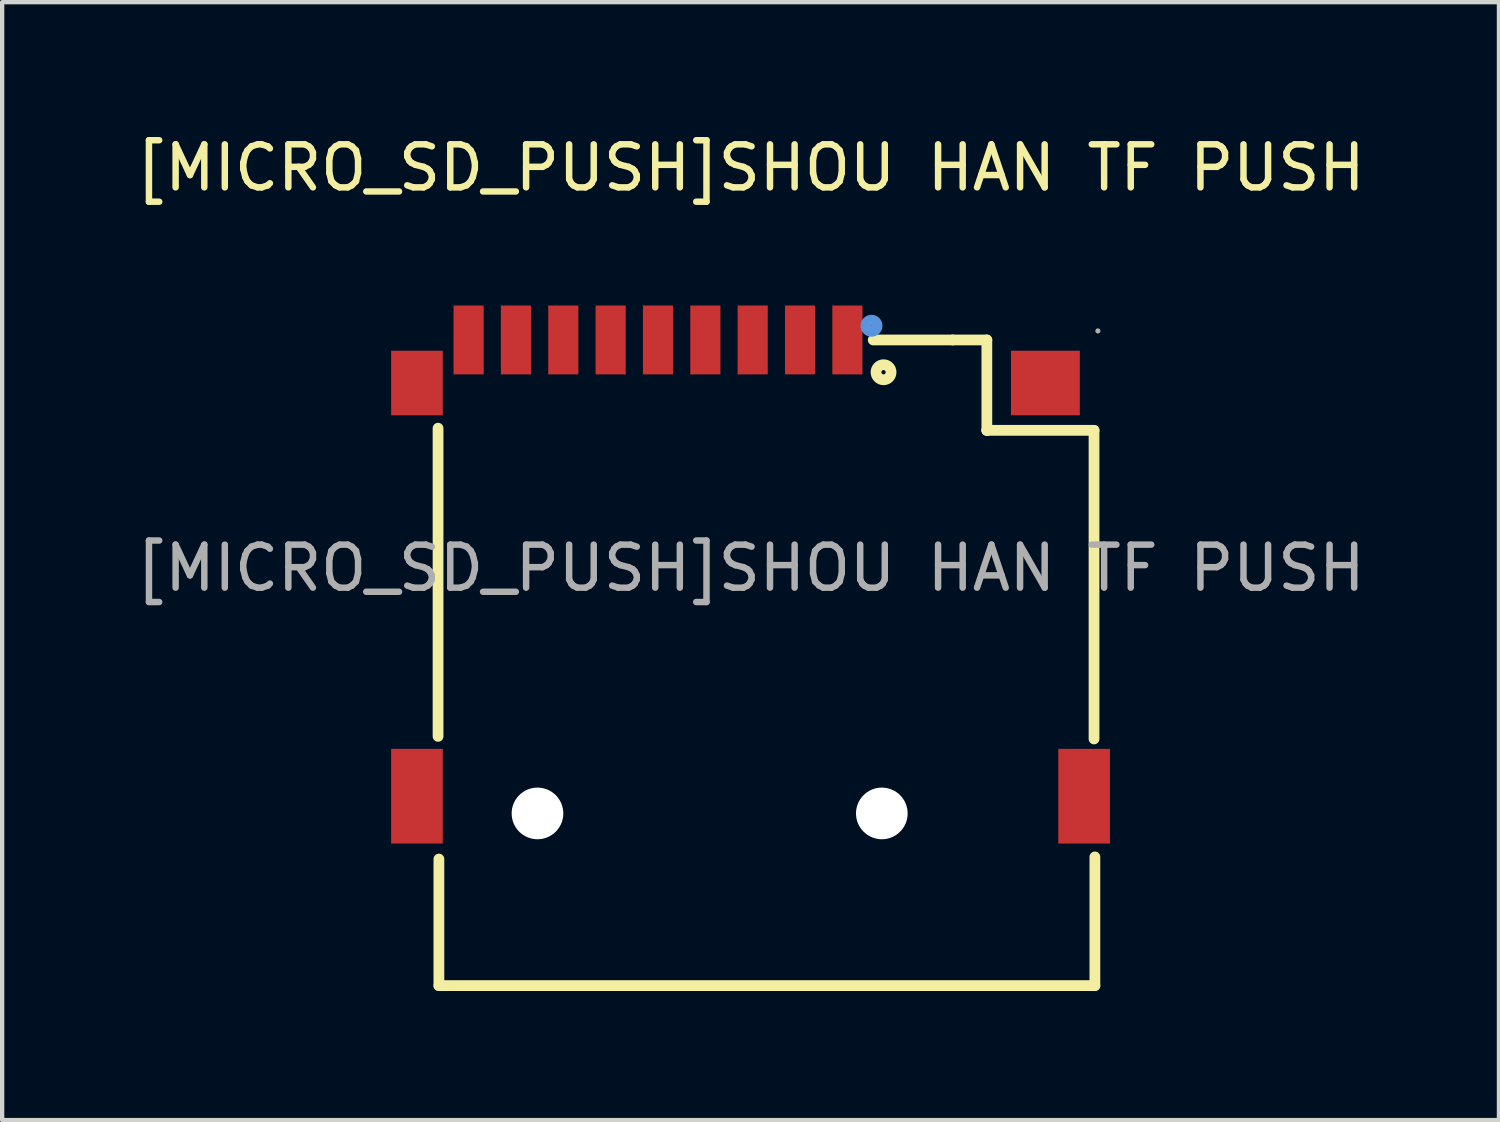
<source format=kicad_pcb>
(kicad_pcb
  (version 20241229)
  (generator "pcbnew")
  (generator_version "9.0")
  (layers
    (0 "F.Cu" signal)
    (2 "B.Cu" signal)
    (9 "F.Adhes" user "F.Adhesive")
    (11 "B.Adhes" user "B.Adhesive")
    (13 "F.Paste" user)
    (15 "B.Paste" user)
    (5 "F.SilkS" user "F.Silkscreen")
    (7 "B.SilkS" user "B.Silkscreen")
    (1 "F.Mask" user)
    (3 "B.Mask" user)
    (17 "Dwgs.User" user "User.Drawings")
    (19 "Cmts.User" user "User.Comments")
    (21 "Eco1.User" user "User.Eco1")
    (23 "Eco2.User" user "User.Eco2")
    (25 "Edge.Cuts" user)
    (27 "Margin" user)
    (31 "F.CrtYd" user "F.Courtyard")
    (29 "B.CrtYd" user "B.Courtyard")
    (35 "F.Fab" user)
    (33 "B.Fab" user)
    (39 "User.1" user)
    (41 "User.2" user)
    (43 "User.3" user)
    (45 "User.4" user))
  (footprint "[MICRO_SD_PUSH]SHOU HAN TF PUSH"
    (layer "F.Cu")
    (at 14.387 10.148)
    (property "Reference" "[MICRO_SD_PUSH]SHOU HAN TF PUSH" (at 0 -9.3 0) (layer "F.SilkS") (effects (font (size 1 1) (thickness 0.15))))
    (attr smd)
    (fp_line (start -7.26 -3.25) (end -7.26 3.91) (stroke (width 0.25) (type solid)) (layer "F.SilkS"))
    (fp_line (start -7.24 9.7) (end -7.24 6.76) (stroke (width 0.25) (type solid)) (layer "F.SilkS"))
    (fp_line (start -7.24 9.7) (end 8 9.7) (stroke (width 0.25) (type solid)) (layer "F.SilkS"))
    (fp_line (start 4.7 -5.3) (end 2.85 -5.3) (stroke (width 0.25) (type solid)) (layer "F.SilkS"))
    (fp_line (start 4.7 -5.3) (end 5.49 -5.3) (stroke (width 0.25) (type solid)) (layer "F.SilkS"))
    (fp_line (start 5.49 -5.3) (end 5.49 -3.2) (stroke (width 0.25) (type solid)) (layer "F.SilkS"))
    (fp_line (start 5.49 -3.2) (end 5.5 -3.2) (stroke (width 0.25) (type solid)) (layer "F.SilkS"))
    (fp_line (start 7.98 -3.2) (end 5.49 -3.2) (stroke (width 0.25) (type solid)) (layer "F.SilkS"))
    (fp_line (start 7.98 3.97) (end 7.98 -3.2) (stroke (width 0.25) (type solid)) (layer "F.SilkS"))
    (fp_line (start 8 9.7) (end 8 6.71) (stroke (width 0.25) (type solid)) (layer "F.SilkS"))
    (fp_circle (center 3.09 -4.55) (end 3.14 -4.55) (stroke (width 0.25) (type solid)) (fill no) (layer "F.SilkS"))
    (fp_circle (center -4.95 5.7) (end -4.75 5.7) (stroke (width 0.4) (type solid)) (fill no) (layer "Cmts.User"))
    (fp_circle (center 2.81 -5.63) (end 2.94 -5.63) (stroke (width 0.25) (type solid)) (fill no) (layer "Cmts.User"))
    (fp_circle (center 3.05 5.7) (end 3.25 5.7) (stroke (width 0.4) (type solid)) (fill no) (layer "Cmts.User"))
    (fp_circle (center 8.07 -5.51) (end 8.1 -5.51) (stroke (width 0.06) (type solid)) (fill no) (layer "F.Fab"))
    (fp_text user "${REFERENCE}" (at 0 0 0) (layer "F.Fab") (effects (font (size 1 1) (thickness 0.15))))
    (pad "" np_thru_hole circle (at -4.95 5.7) (size 1.2 1.2) (drill 1.2) (layers "*.Cu" "*.Mask"))
    (pad "" np_thru_hole circle (at 3.05 5.7) (size 1.2 1.2) (drill 1.2) (layers "*.Cu" "*.Mask"))
    (pad "1" smd rect (at 2.25 -5.3) (size 0.7 1.6) (layers "F.Cu" "F.Mask" "F.Paste"))
    (pad "2" smd rect (at 1.15 -5.3) (size 0.7 1.6) (layers "F.Cu" "F.Mask" "F.Paste"))
    (pad "3" smd rect (at 0.05 -5.3) (size 0.7 1.6) (layers "F.Cu" "F.Mask" "F.Paste"))
    (pad "4" smd rect (at -1.05 -5.3) (size 0.7 1.6) (layers "F.Cu" "F.Mask" "F.Paste"))
    (pad "5" smd rect (at -2.15 -5.3) (size 0.7 1.6) (layers "F.Cu" "F.Mask" "F.Paste"))
    (pad "6" smd rect (at -3.25 -5.3) (size 0.7 1.6) (layers "F.Cu" "F.Mask" "F.Paste"))
    (pad "7" smd rect (at -4.35 -5.3) (size 0.7 1.6) (layers "F.Cu" "F.Mask" "F.Paste"))
    (pad "8" smd rect (at -5.45 -5.3) (size 0.7 1.6) (layers "F.Cu" "F.Mask" "F.Paste"))
    (pad "10" smd rect (at -7.75 -4.3) (size 1.2 1.5) (layers "F.Cu" "F.Mask" "F.Paste"))
    (pad "11" smd rect (at -7.75 5.3) (size 1.2 2.2) (layers "F.Cu" "F.Mask" "F.Paste"))
    (pad "12" smd rect (at 7.75 5.3) (size 1.2 2.2) (layers "F.Cu" "F.Mask" "F.Paste"))
    (pad "13" smd rect (at 6.85 -4.3) (size 1.6 1.5) (layers "F.Cu" "F.Mask" "F.Paste"))
    (pad "CD" smd rect (at -6.55 -5.3) (size 0.7 1.6) (layers "F.Cu" "F.Mask" "F.Paste")))
  (gr_rect
    (start -3 -3)
    (end 31.774 22.973)
    (stroke (width 0.1) (type default))
    (fill no)
    (layer "Edge.Cuts")))
</source>
